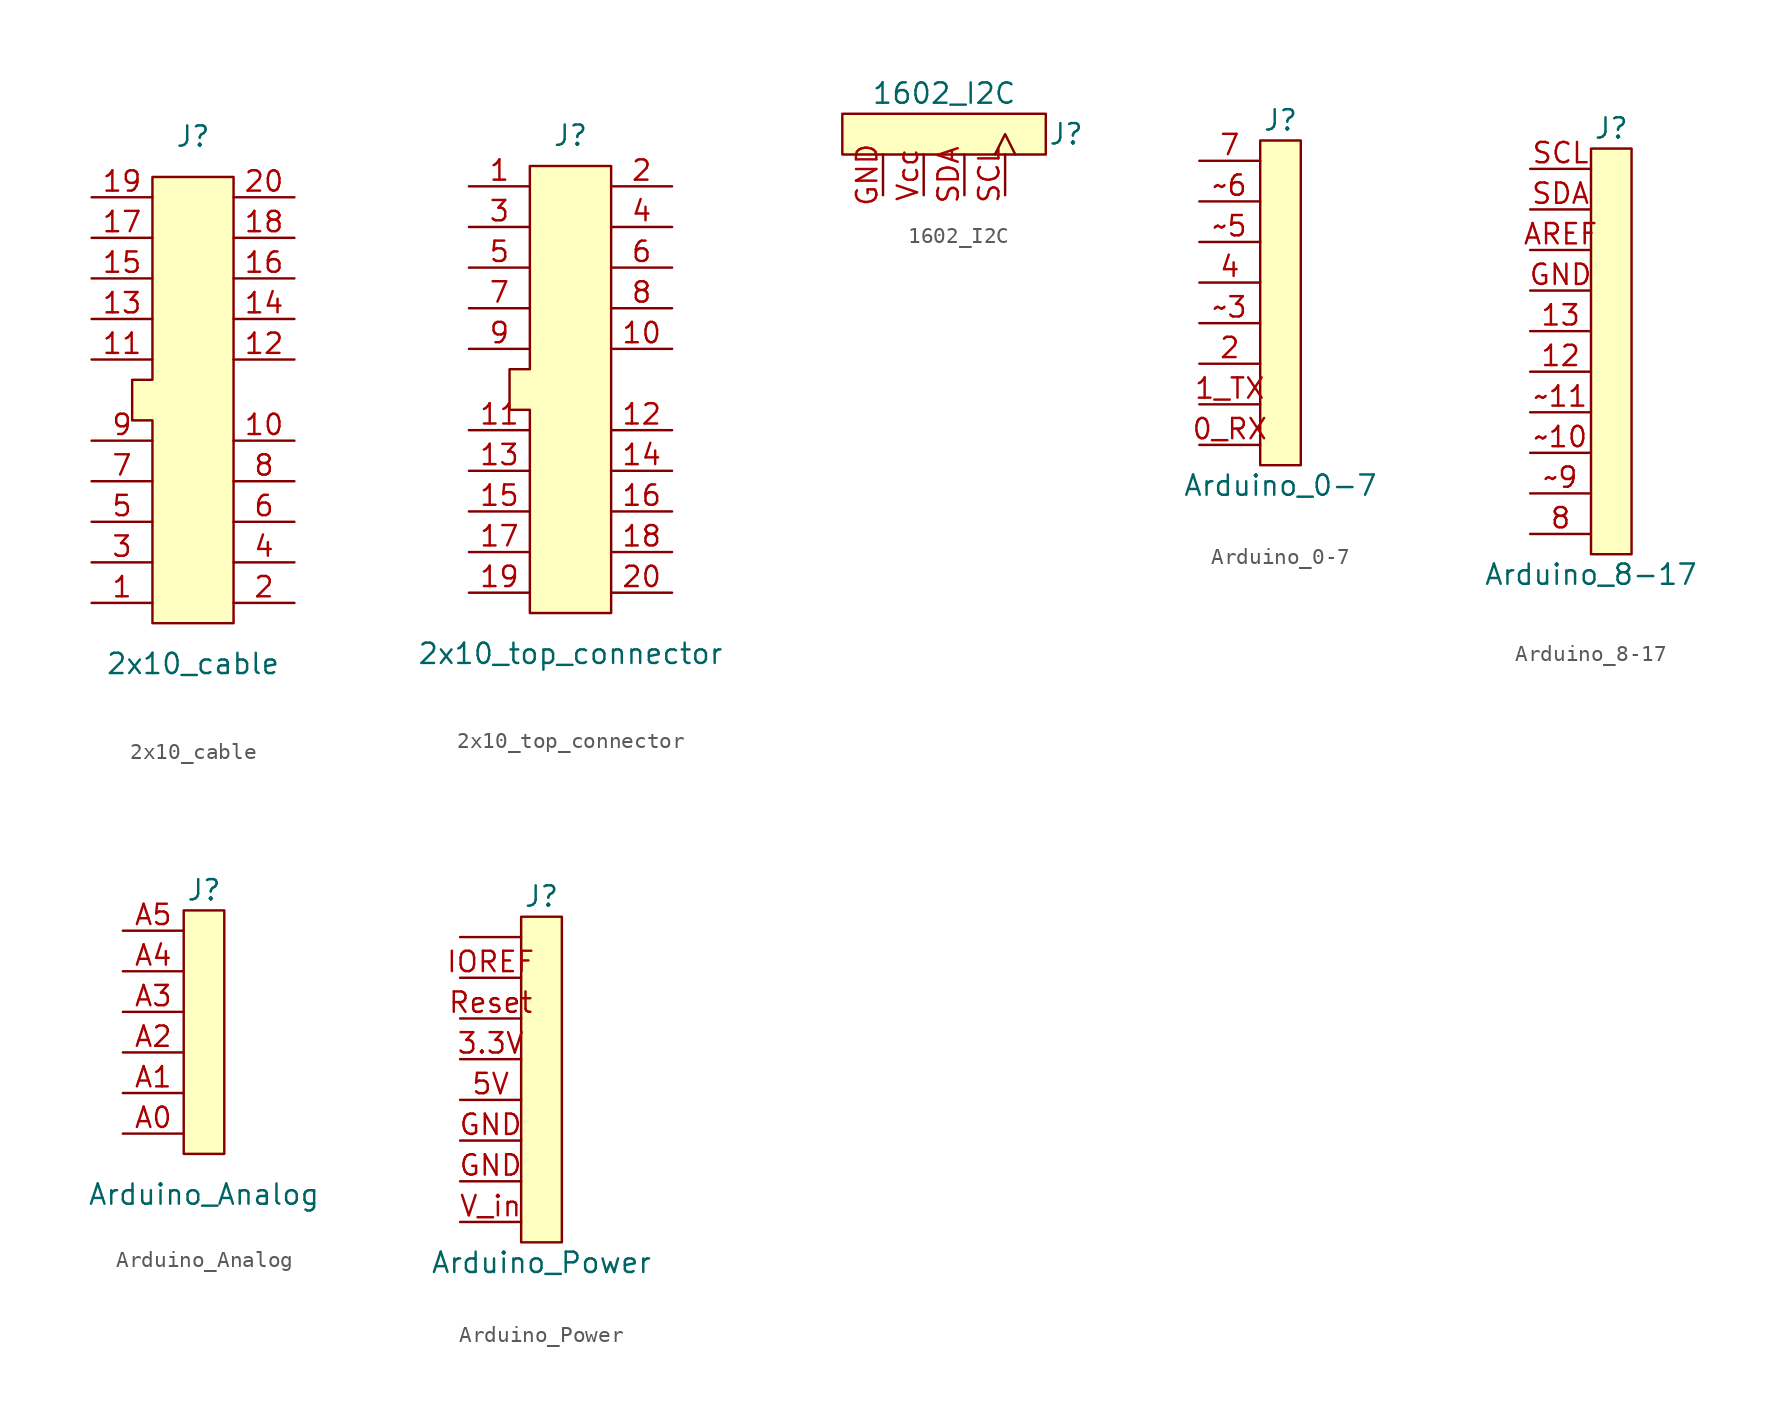
<source format=kicad_sym>
(kicad_symbol_lib
  (version 20211014)
  (generator kicad_symbol_editor)
  (symbol "2x10_cable"
    (pin_names
      (offset 1.016) hide)
    (property "Reference" "J"
      (at 0 16.51 0)
      (effects (font (size 1.27 1.27))))
    (property "Value" "2x10_cable"
      (at 0 -16.51 0)
      (effects (font (size 1.27 1.27))))
    (symbol "2x10_cable_0_1"
      (polyline (pts (xy -3.81 1.27) (xy -3.81 -1.27) (xy -2.54 -1.27) (xy -2.54 -13.97) (xy 2.54 -13.97) (xy 2.54 13.97) (xy -2.54 13.97) (xy -2.54 1.27) (xy -3.81 1.27)) (stroke (width 0) (type default) (color 0 0 0 0)) (fill (type background))))
    (symbol "2x10_cable_1_1"
      (pin passive line (at -6.35 -12.7 0) (length 3.81) (name "Pin_1" (effects (font (size 1.27 1.27)))) (number "1" (effects (font (size 1.27 1.27)))))
      (pin passive line (at 6.35 -2.54 180) (length 3.81) (name "Pin_10" (effects (font (size 1.27 1.27)))) (number "10" (effects (font (size 1.27 1.27)))))
      (pin passive line (at -6.35 2.54 0) (length 3.81) (name "Pin_11" (effects (font (size 1.27 1.27)))) (number "11" (effects (font (size 1.27 1.27)))))
      (pin passive line (at 6.35 2.54 180) (length 3.81) (name "Pin_12" (effects (font (size 1.27 1.27)))) (number "12" (effects (font (size 1.27 1.27)))))
      (pin passive line (at -6.35 5.08 0) (length 3.81) (name "Pin_13" (effects (font (size 1.27 1.27)))) (number "13" (effects (font (size 1.27 1.27)))))
      (pin passive line (at 6.35 5.08 180) (length 3.81) (name "Pin_14" (effects (font (size 1.27 1.27)))) (number "14" (effects (font (size 1.27 1.27)))))
      (pin passive line (at -6.35 7.62 0) (length 3.81) (name "Pin_15" (effects (font (size 1.27 1.27)))) (number "15" (effects (font (size 1.27 1.27)))))
      (pin passive line (at 6.35 7.62 180) (length 3.81) (name "Pin_16" (effects (font (size 1.27 1.27)))) (number "16" (effects (font (size 1.27 1.27)))))
      (pin passive line (at -6.35 10.16 0) (length 3.81) (name "Pin_17" (effects (font (size 1.27 1.27)))) (number "17" (effects (font (size 1.27 1.27)))))
      (pin passive line (at 6.35 10.16 180) (length 3.81) (name "Pin_18" (effects (font (size 1.27 1.27)))) (number "18" (effects (font (size 1.27 1.27)))))
      (pin passive line (at -6.35 12.7 0) (length 3.81) (name "Pin_19" (effects (font (size 1.27 1.27)))) (number "19" (effects (font (size 1.27 1.27)))))
      (pin passive line (at 6.35 -12.7 180) (length 3.81) (name "Pin_2" (effects (font (size 1.27 1.27)))) (number "2" (effects (font (size 1.27 1.27)))))
      (pin passive line (at 6.35 12.7 180) (length 3.81) (name "Pin_20" (effects (font (size 1.27 1.27)))) (number "20" (effects (font (size 1.27 1.27)))))
      (pin passive line (at -6.35 -10.16 0) (length 3.81) (name "Pin_3" (effects (font (size 1.27 1.27)))) (number "3" (effects (font (size 1.27 1.27)))))
      (pin passive line (at 6.35 -10.16 180) (length 3.81) (name "Pin_4" (effects (font (size 1.27 1.27)))) (number "4" (effects (font (size 1.27 1.27)))))
      (pin passive line (at -6.35 -7.62 0) (length 3.81) (name "Pin_5" (effects (font (size 1.27 1.27)))) (number "5" (effects (font (size 1.27 1.27)))))
      (pin passive line (at 6.35 -7.62 180) (length 3.81) (name "Pin_6" (effects (font (size 1.27 1.27)))) (number "6" (effects (font (size 1.27 1.27)))))
      (pin passive line (at -6.35 -5.08 0) (length 3.81) (name "Pin_7" (effects (font (size 1.27 1.27)))) (number "7" (effects (font (size 1.27 1.27)))))
      (pin passive line (at 6.35 -5.08 180) (length 3.81) (name "Pin_8" (effects (font (size 1.27 1.27)))) (number "8" (effects (font (size 1.27 1.27)))))
      (pin passive line (at -6.35 -2.54 0) (length 3.81) (name "Pin_9" (effects (font (size 1.27 1.27)))) (number "9" (effects (font (size 1.27 1.27)))))))
  (symbol "2x10_top_connector"
    (pin_names hide)
    (property "Reference" "J"
      (at 0 15.875 0)
      (effects (font (size 1.27 1.27))))
    (property "Value" "2x10_top_connector"
      (at 0 -16.51 0)
      (effects (font (size 1.27 1.27))))
    (symbol "2x10_top_connector_0_1"
      (polyline (pts (xy -3.81 1.27) (xy -3.81 -1.27) (xy -2.54 -1.27) (xy -2.54 -13.97) (xy 2.54 -13.97) (xy 2.54 13.97) (xy -2.54 13.97) (xy -2.54 1.27) (xy -3.81 1.27)) (stroke (width 0) (type default) (color 0 0 0 0)) (fill (type background))))
    (symbol "2x10_top_connector_1_1"
      (pin passive line (at -6.35 12.7 0) (length 3.81) (name "Pin_1" (effects (font (size 1.27 1.27)))) (number "1" (effects (font (size 1.27 1.27)))))
      (pin passive line (at 6.35 2.54 180) (length 3.81) (name "Pin_10" (effects (font (size 1.27 1.27)))) (number "10" (effects (font (size 1.27 1.27)))))
      (pin passive line (at -6.35 -2.54 0) (length 3.81) (name "Pin_11" (effects (font (size 1.27 1.27)))) (number "11" (effects (font (size 1.27 1.27)))))
      (pin passive line (at 6.35 -2.54 180) (length 3.81) (name "Pin_12" (effects (font (size 1.27 1.27)))) (number "12" (effects (font (size 1.27 1.27)))))
      (pin passive line (at -6.35 -5.08 0) (length 3.81) (name "Pin_13" (effects (font (size 1.27 1.27)))) (number "13" (effects (font (size 1.27 1.27)))))
      (pin passive line (at 6.35 -5.08 180) (length 3.81) (name "Pin_14" (effects (font (size 1.27 1.27)))) (number "14" (effects (font (size 1.27 1.27)))))
      (pin passive line (at -6.35 -7.62 0) (length 3.81) (name "Pin_15" (effects (font (size 1.27 1.27)))) (number "15" (effects (font (size 1.27 1.27)))))
      (pin passive line (at 6.35 -7.62 180) (length 3.81) (name "Pin_16" (effects (font (size 1.27 1.27)))) (number "16" (effects (font (size 1.27 1.27)))))
      (pin passive line (at -6.35 -10.16 0) (length 3.81) (name "Pin_17" (effects (font (size 1.27 1.27)))) (number "17" (effects (font (size 1.27 1.27)))))
      (pin passive line (at 6.35 -10.16 180) (length 3.81) (name "Pin_18" (effects (font (size 1.27 1.27)))) (number "18" (effects (font (size 1.27 1.27)))))
      (pin passive line (at -6.35 -12.7 0) (length 3.81) (name "Pin_19" (effects (font (size 1.27 1.27)))) (number "19" (effects (font (size 1.27 1.27)))))
      (pin passive line (at 6.35 12.7 180) (length 3.81) (name "Pin_2" (effects (font (size 1.27 1.27)))) (number "2" (effects (font (size 1.27 1.27)))))
      (pin passive line (at 6.35 -12.7 180) (length 3.81) (name "Pin_20" (effects (font (size 1.27 1.27)))) (number "20" (effects (font (size 1.27 1.27)))))
      (pin passive line (at -6.35 10.16 0) (length 3.81) (name "Pin_3" (effects (font (size 1.27 1.27)))) (number "3" (effects (font (size 1.27 1.27)))))
      (pin passive line (at 6.35 10.16 180) (length 3.81) (name "Pin_4" (effects (font (size 1.27 1.27)))) (number "4" (effects (font (size 1.27 1.27)))))
      (pin passive line (at -6.35 7.62 0) (length 3.81) (name "Pin_5" (effects (font (size 1.27 1.27)))) (number "5" (effects (font (size 1.27 1.27)))))
      (pin passive line (at 6.35 7.62 180) (length 3.81) (name "Pin_6" (effects (font (size 1.27 1.27)))) (number "6" (effects (font (size 1.27 1.27)))))
      (pin passive line (at -6.35 5.08 0) (length 3.81) (name "Pin_7" (effects (font (size 1.27 1.27)))) (number "7" (effects (font (size 1.27 1.27)))))
      (pin passive line (at 6.35 5.08 180) (length 3.81) (name "Pin_8" (effects (font (size 1.27 1.27)))) (number "8" (effects (font (size 1.27 1.27)))))
      (pin passive line (at -6.35 2.54 0) (length 3.81) (name "Pin_9" (effects (font (size 1.27 1.27)))) (number "9" (effects (font (size 1.27 1.27)))))))
  (symbol "1602_I2C"
    (pin_names hide)
    (property "Reference" "J"
      (at 7.62 0 0)
      (effects (font (size 1.27 1.27))))
    (property "Value" "1602_I2C"
      (at 0 2.54 0)
      (effects (font (size 1.27 1.27))))
    (symbol "1602_I2C_0_1"
      (rectangle (start -6.35 -1.27) (end 6.35 1.27) (stroke (width 0) (type default) (color 0 0 0 0)) (fill (type background))))
    (symbol "1602_I2C_1_1"
      (pin passive line (at -3.81 -3.81 90) (length 2.54) (name "GND" (effects (font (size 1.27 1.27)))) (number "GND" (effects (font (size 1.27 1.27)))))
      (pin passive clock (at 3.81 -3.81 90) (length 2.54) (name "SCL" (effects (font (size 1.27 1.27)))) (number "SCL" (effects (font (size 1.27 1.27)))))
      (pin passive line (at 1.27 -3.81 90) (length 2.54) (name "SDA" (effects (font (size 1.27 1.27)))) (number "SDA" (effects (font (size 1.27 1.27)))))
      (pin power_in line (at -1.27 -3.81 90) (length 2.54) (name "Vcc" (effects (font (size 1.27 1.27)))) (number "Vcc" (effects (font (size 1.27 1.27)))))))
  (symbol "Arduino_0-7"
    (pin_names hide)
    (property "Reference" "J"
      (at 0 11.43 0)
      (effects (font (size 1.27 1.27))))
    (property "Value" "Arduino_0-7"
      (at 0 -11.43 0)
      (effects (font (size 1.27 1.27))))
    (symbol "Arduino_0-7_0_1"
      (rectangle (start -1.27 10.16) (end 1.27 -10.16) (stroke (width 0) (type default) (color 0 0 0 0)) (fill (type background))))
    (symbol "Arduino_0-7_1_1"
      (pin passive line (at -5.08 -8.89 0) (length 3.81) (name "Pin_0" (effects (font (size 1.27 1.27)))) (number "0_RX" (effects (font (size 1.27 1.27)))))
      (pin passive line (at -5.08 -6.35 0) (length 3.81) (name "Pin_1" (effects (font (size 1.27 1.27)))) (number "1_TX" (effects (font (size 1.27 1.27)))))
      (pin passive line (at -5.08 -3.81 0) (length 3.81) (name "Pin_2" (effects (font (size 1.27 1.27)))) (number "2" (effects (font (size 1.27 1.27)))))
      (pin passive line (at -5.08 1.27 0) (length 3.81) (name "Pin_4" (effects (font (size 1.27 1.27)))) (number "4" (effects (font (size 1.27 1.27)))))
      (pin passive line (at -5.08 8.89 0) (length 3.81) (name "Pin_7" (effects (font (size 1.27 1.27)))) (number "7" (effects (font (size 1.27 1.27)))))
      (pin passive line (at -5.08 -1.27 0) (length 3.81) (name "Pin_3" (effects (font (size 1.27 1.27)))) (number "~3" (effects (font (size 1.27 1.27)))))
      (pin passive line (at -5.08 3.81 0) (length 3.81) (name "Pin_5" (effects (font (size 1.27 1.27)))) (number "~5" (effects (font (size 1.27 1.27)))))
      (pin passive line (at -5.08 6.35 0) (length 3.81) (name "Pin_6" (effects (font (size 1.27 1.27)))) (number "~6" (effects (font (size 1.27 1.27)))))))
  (symbol "Arduino_8-17"
    (pin_names hide)
    (property "Reference" "J"
      (at 0 13.97 0)
      (effects (font (size 1.27 1.27))))
    (property "Value" "Arduino_8-17"
      (at -1.27 -13.97 0)
      (effects (font (size 1.27 1.27))))
    (symbol "Arduino_8-17_0_1"
      (rectangle (start -1.27 12.7) (end 1.27 -12.7) (stroke (width 0) (type default) (color 0 0 0 0)) (fill (type background))))
    (symbol "Arduino_8-17_1_1"
      (pin passive line (at -5.08 -1.27 0) (length 3.81) (name "Pin_12" (effects (font (size 1.27 1.27)))) (number "12" (effects (font (size 1.27 1.27)))))
      (pin passive line (at -5.08 1.27 0) (length 3.81) (name "Pin_13" (effects (font (size 1.27 1.27)))) (number "13" (effects (font (size 1.27 1.27)))))
      (pin passive line (at -5.08 -11.43 0) (length 3.81) (name "Pin_8" (effects (font (size 1.27 1.27)))) (number "8" (effects (font (size 1.27 1.27)))))
      (pin passive line (at -5.08 6.35 0) (length 3.81) (name "Pin_15" (effects (font (size 1.27 1.27)))) (number "AREF" (effects (font (size 1.27 1.27)))))
      (pin passive line (at -5.08 3.81 0) (length 3.81) (name "Pin_14" (effects (font (size 1.27 1.27)))) (number "GND" (effects (font (size 1.27 1.27)))))
      (pin passive line (at -5.08 11.43 0) (length 3.81) (name "Pin_17" (effects (font (size 1.27 1.27)))) (number "SCL" (effects (font (size 1.27 1.27)))))
      (pin passive line (at -5.08 8.89 0) (length 3.81) (name "Pin_16" (effects (font (size 1.27 1.27)))) (number "SDA" (effects (font (size 1.27 1.27)))))
      (pin passive line (at -5.08 -6.35 0) (length 3.81) (name "Pin_10" (effects (font (size 1.27 1.27)))) (number "~10" (effects (font (size 1.27 1.27)))))
      (pin passive line (at -5.08 -3.81 0) (length 3.81) (name "Pin_11" (effects (font (size 1.27 1.27)))) (number "~11" (effects (font (size 1.27 1.27)))))
      (pin passive line (at -5.08 -8.89 0) (length 3.81) (name "Pin_9" (effects (font (size 1.27 1.27)))) (number "~9" (effects (font (size 1.27 1.27)))))))
  (symbol "Arduino_Analog"
    (pin_names hide)
    (property "Reference" "J"
      (at 0 8.89 0)
      (effects (font (size 1.27 1.27))))
    (property "Value" "Arduino_Analog"
      (at 0 -10.16 0)
      (effects (font (size 1.27 1.27))))
    (symbol "Arduino_Analog_0_1"
      (rectangle (start -1.27 7.62) (end 1.27 -7.62) (stroke (width 0) (type default) (color 0 0 0 0)) (fill (type background))))
    (symbol "Arduino_Analog_1_1"
      (pin passive line (at -5.08 -6.35 0) (length 3.81) (name "Pin_A0" (effects (font (size 1.27 1.27)))) (number "A0" (effects (font (size 1.27 1.27)))))
      (pin passive line (at -5.08 -3.81 0) (length 3.81) (name "Pin_A1" (effects (font (size 1.27 1.27)))) (number "A1" (effects (font (size 1.27 1.27)))))
      (pin passive line (at -5.08 -1.27 0) (length 3.81) (name "Pin_A2" (effects (font (size 1.27 1.27)))) (number "A2" (effects (font (size 1.27 1.27)))))
      (pin passive line (at -5.08 1.27 0) (length 3.81) (name "Pin_A3" (effects (font (size 1.27 1.27)))) (number "A3" (effects (font (size 1.27 1.27)))))
      (pin passive line (at -5.08 3.81 0) (length 3.81) (name "Pin_A4" (effects (font (size 1.27 1.27)))) (number "A4" (effects (font (size 1.27 1.27)))))
      (pin passive line (at -5.08 6.35 0) (length 3.81) (name "Pin_A5" (effects (font (size 1.27 1.27)))) (number "A5" (effects (font (size 1.27 1.27)))))))
  (symbol "Arduino_Power"
    (pin_names hide)
    (property "Reference" "J"
      (at 0 11.43 0)
      (effects (font (size 1.27 1.27))))
    (property "Value" "Arduino_Power"
      (at 0 -11.43 0)
      (effects (font (size 1.27 1.27))))
    (symbol "Arduino_Power_0_1"
      (rectangle (start -1.27 10.16) (end 1.27 -10.16) (stroke (width 0) (type default) (color 0 0 0 0)) (fill (type background))))
    (symbol "Arduino_Power_1_1"
      (pin passive line (at -5.08 8.89 0) (length 3.81) (name "?" (effects (font (size 1.27 1.27)))) (number "" (effects (font (size 1.27 1.27)))))
      (pin power_out line (at -5.08 1.27 0) (length 3.81) (name "3.3V" (effects (font (size 1.27 1.27)))) (number "3.3V" (effects (font (size 1.27 1.27)))))
      (pin power_out line (at -5.08 -1.27 0) (length 3.81) (name "5V" (effects (font (size 1.27 1.27)))) (number "5V" (effects (font (size 1.27 1.27)))))
      (pin passive line (at -5.08 -6.35 0) (length 3.81) (name "GND1" (effects (font (size 1.27 1.27)))) (number "GND" (effects (font (size 1.27 1.27)))))
      (pin passive line (at -5.08 -3.81 0) (length 3.81) (name "GND2" (effects (font (size 1.27 1.27)))) (number "GND" (effects (font (size 1.27 1.27)))))
      (pin passive line (at -5.08 6.35 0) (length 3.81) (name "IOREF" (effects (font (size 1.27 1.27)))) (number "IOREF" (effects (font (size 1.27 1.27)))))
      (pin passive line (at -5.08 3.81 0) (length 3.81) (name "Reset" (effects (font (size 1.27 1.27)))) (number "Reset" (effects (font (size 1.27 1.27)))))
      (pin power_in line (at -5.08 -8.89 0) (length 3.81) (name "V_in" (effects (font (size 1.27 1.27)))) (number "V_in" (effects (font (size 1.27 1.27))))))))
</source>
